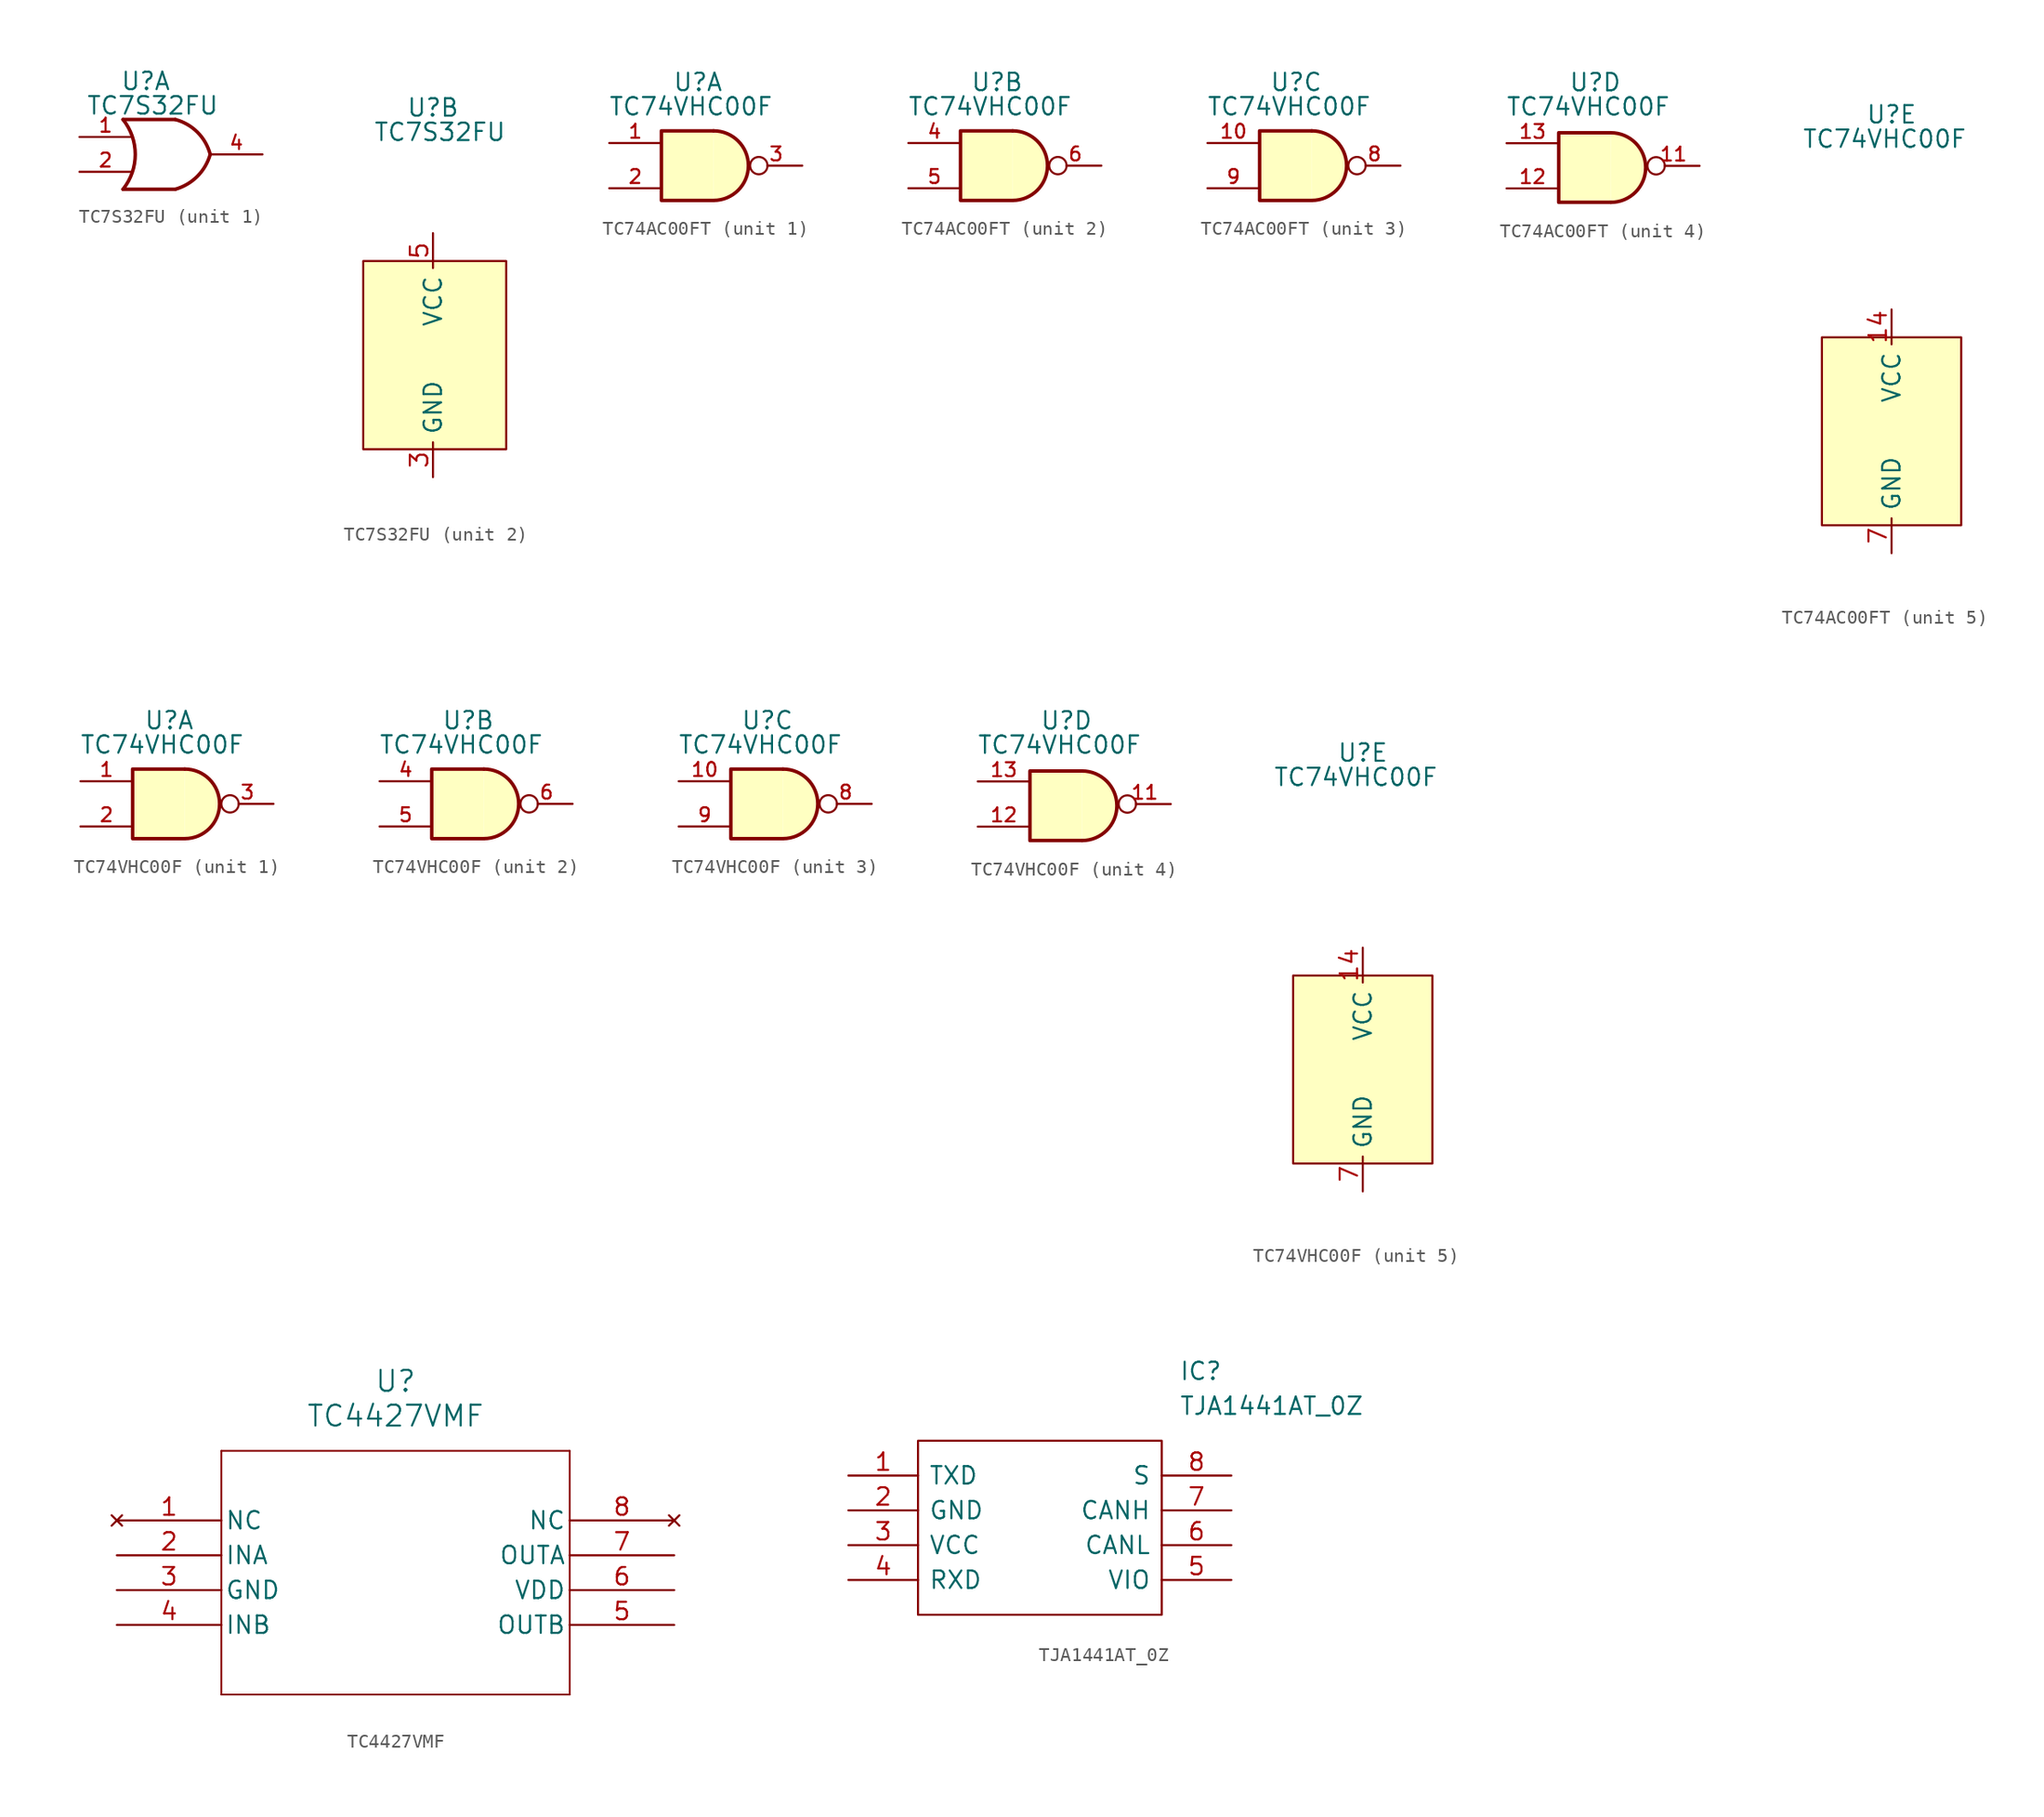
<source format=kicad_sym>
(kicad_symbol_lib
  (version 20231120)
  (generator "kicad_symbol_editor")
  (generator_version "8.0")
  (symbol "TC7S32FU"
    (property "Reference" "U"
      (at 0 1.778 0)
      (effects (font (size 1.27 1.27))))
    (property "Value" "TC7S32FU"
      (at 0.508 0 0)
      (effects (font (size 1.27 1.27))))
    (property "ki_locked" ""
      (at 0 0 0)
      (effects (font (size 1.27 1.27))))
    (symbol "TC7S32FU_1_1"
      (arc (start -1.6511 -6.096) (mid -0.7601 -3.556) (end -1.6511 -1.016) (stroke (width 0.254) (type default)) (fill (type none)))
      (polyline (pts (xy 2.159 -6.096) (xy -1.651 -6.096)) (stroke (width 0.254) (type default)) (fill (type background)))
      (polyline (pts (xy 2.159 -1.016) (xy -1.651 -1.016)) (stroke (width 0.254) (type default)) (fill (type background)))
      (arc (start 2.1589 -6.096) (mid 3.7599 -5.157) (end 4.6989 -3.556) (stroke (width 0.254) (type default)) (fill (type none)))
      (arc (start 4.6989 -3.556) (mid 3.7725 -1.9424) (end 2.1589 -1.016) (stroke (width 0.254) (type default)) (fill (type none)))
      (pin output line (at -4.826 -2.286 0) (length 3.81) (name "~" (effects (font (size 1.016 1.016)))) (number "1" (effects (font (size 1.016 1.016)))))
      (pin output line (at -4.826 -4.826 0) (length 3.81) (name "~" (effects (font (size 1.016 1.016)))) (number "2" (effects (font (size 1.016 1.016)))))
      (pin output line (at 8.509 -3.556 180) (length 3.81) (name "~" (effects (font (size 1.016 1.016)))) (number "4" (effects (font (size 1.016 1.016))))))
    (symbol "TC7S32FU_2_1"
      (rectangle (start -5.08 -9.398) (end 5.334 -23.114) (stroke (width 0) (type default)) (fill (type background)))
      (pin power_in line (at 0 -25.146 90) (length 2.54) (name "GND" (effects (font (size 1.27 1.27)))) (number "3" (effects (font (size 1.27 1.27)))))
      (pin power_in line (at 0 -7.366 270) (length 2.54) (name "VCC" (effects (font (size 1.27 1.27)))) (number "5" (effects (font (size 1.27 1.27)))))))
  (symbol "TC74AC00FT"
    (property "Reference" "U"
      (at 0 6.096 0)
      (effects (font (size 1.27 1.27))))
    (property "Value" "TC74VHC00F"
      (at -0.508 4.318 0)
      (effects (font (size 1.27 1.27))))
    (property "ki_locked" ""
      (at 0 0 0)
      (effects (font (size 1.27 1.27))))
    (symbol "TC74AC00FT_1_1"
      (polyline (pts (xy 1.143 -2.54) (xy -2.667 -2.54) (xy -2.667 2.54) (xy 1.143 2.54)) (stroke (width 0.254) (type default)) (fill (type background)))
      (arc (start 1.143 -2.54) (mid 3.672 0) (end 1.143 2.54) (stroke (width 0.254) (type default)) (fill (type background)))
      (pin input line (at -6.477 1.651 0) (length 3.81) (name "~" (effects (font (size 1.016 1.016)))) (number "1" (effects (font (size 1.016 1.016)))))
      (pin input line (at -6.477 -1.651 0) (length 3.81) (name "~" (effects (font (size 1.016 1.016)))) (number "2" (effects (font (size 1.016 1.016)))))
      (pin output inverted (at 7.62 0 180) (length 3.81) (name "~" (effects (font (size 1.016 1.016)))) (number "3" (effects (font (size 1.016 1.016))))))
    (symbol "TC74AC00FT_2_1"
      (polyline (pts (xy 1.143 -2.54) (xy -2.667 -2.54) (xy -2.667 2.54) (xy 1.143 2.54)) (stroke (width 0.254) (type default)) (fill (type background)))
      (arc (start 1.143 -2.54) (mid 3.672 0) (end 1.143 2.54) (stroke (width 0.254) (type default)) (fill (type background)))
      (pin input line (at -6.477 1.651 0) (length 3.81) (name "~" (effects (font (size 1.016 1.016)))) (number "4" (effects (font (size 1.016 1.016)))))
      (pin input line (at -6.477 -1.651 0) (length 3.81) (name "~" (effects (font (size 1.016 1.016)))) (number "5" (effects (font (size 1.016 1.016)))))
      (pin output inverted (at 7.62 0 180) (length 3.81) (name "~" (effects (font (size 1.016 1.016)))) (number "6" (effects (font (size 1.016 1.016))))))
    (symbol "TC74AC00FT_3_1"
      (polyline (pts (xy 1.143 -2.54) (xy -2.667 -2.54) (xy -2.667 2.54) (xy 1.143 2.54)) (stroke (width 0.254) (type default)) (fill (type background)))
      (arc (start 1.143 -2.54) (mid 3.672 0) (end 1.143 2.54) (stroke (width 0.254) (type default)) (fill (type background)))
      (pin input line (at -6.477 1.651 0) (length 3.81) (name "~" (effects (font (size 1.016 1.016)))) (number "10" (effects (font (size 1.016 1.016)))))
      (pin output inverted (at 7.62 0 180) (length 3.81) (name "~" (effects (font (size 1.016 1.016)))) (number "8" (effects (font (size 1.016 1.016)))))
      (pin input line (at -6.477 -1.651 0) (length 3.81) (name "~" (effects (font (size 1.016 1.016)))) (number "9" (effects (font (size 1.016 1.016))))))
    (symbol "TC74AC00FT_4_1"
      (polyline (pts (xy 1.143 -2.667) (xy -2.667 -2.667) (xy -2.667 2.413) (xy 1.143 2.413)) (stroke (width 0.254) (type default)) (fill (type background)))
      (arc (start 1.143 -2.667) (mid 3.672 -0.127) (end 1.143 2.413) (stroke (width 0.254) (type default)) (fill (type background)))
      (pin output inverted (at 7.62 0 180) (length 3.81) (name "~" (effects (font (size 1.016 1.016)))) (number "11" (effects (font (size 1.016 1.016)))))
      (pin input line (at -6.477 -1.651 0) (length 3.81) (name "~" (effects (font (size 1.016 1.016)))) (number "12" (effects (font (size 1.016 1.016)))))
      (pin input line (at -6.477 1.651 0) (length 3.81) (name "~" (effects (font (size 1.016 1.016)))) (number "13" (effects (font (size 1.016 1.016))))))
    (symbol "TC74AC00FT_5_1"
      (rectangle (start -5.08 -10.16) (end 5.08 -23.876) (stroke (width 0) (type default)) (fill (type background)))
      (pin power_in line (at 0 -8.128 270) (length 2.54) (name "VCC" (effects (font (size 1.27 1.27)))) (number "14" (effects (font (size 1.27 1.27)))))
      (pin power_in line (at 0 -25.908 90) (length 2.54) (name "GND" (effects (font (size 1.27 1.27)))) (number "7" (effects (font (size 1.27 1.27)))))))
  (symbol "TC74VHC00F"
    (property "Reference" "U"
      (at 0 6.096 0)
      (effects (font (size 1.27 1.27))))
    (property "Value" "TC74VHC00F"
      (at -0.508 4.318 0)
      (effects (font (size 1.27 1.27))))
    (property "ki_locked" ""
      (at 0 0 0)
      (effects (font (size 1.27 1.27))))
    (symbol "TC74VHC00F_1_1"
      (polyline (pts (xy 1.143 -2.54) (xy -2.667 -2.54) (xy -2.667 2.54) (xy 1.143 2.54)) (stroke (width 0.254) (type default)) (fill (type background)))
      (arc (start 1.143 -2.54) (mid 3.672 0) (end 1.143 2.54) (stroke (width 0.254) (type default)) (fill (type background)))
      (pin input line (at -6.477 1.651 0) (length 3.81) (name "~" (effects (font (size 1.016 1.016)))) (number "1" (effects (font (size 1.016 1.016)))))
      (pin input line (at -6.477 -1.651 0) (length 3.81) (name "~" (effects (font (size 1.016 1.016)))) (number "2" (effects (font (size 1.016 1.016)))))
      (pin output inverted (at 7.62 0 180) (length 3.81) (name "~" (effects (font (size 1.016 1.016)))) (number "3" (effects (font (size 1.016 1.016))))))
    (symbol "TC74VHC00F_2_1"
      (polyline (pts (xy 1.143 -2.54) (xy -2.667 -2.54) (xy -2.667 2.54) (xy 1.143 2.54)) (stroke (width 0.254) (type default)) (fill (type background)))
      (arc (start 1.143 -2.54) (mid 3.672 0) (end 1.143 2.54) (stroke (width 0.254) (type default)) (fill (type background)))
      (pin input line (at -6.477 1.651 0) (length 3.81) (name "~" (effects (font (size 1.016 1.016)))) (number "4" (effects (font (size 1.016 1.016)))))
      (pin input line (at -6.477 -1.651 0) (length 3.81) (name "~" (effects (font (size 1.016 1.016)))) (number "5" (effects (font (size 1.016 1.016)))))
      (pin output inverted (at 7.62 0 180) (length 3.81) (name "~" (effects (font (size 1.016 1.016)))) (number "6" (effects (font (size 1.016 1.016))))))
    (symbol "TC74VHC00F_3_1"
      (polyline (pts (xy 1.143 -2.54) (xy -2.667 -2.54) (xy -2.667 2.54) (xy 1.143 2.54)) (stroke (width 0.254) (type default)) (fill (type background)))
      (arc (start 1.143 -2.54) (mid 3.672 0) (end 1.143 2.54) (stroke (width 0.254) (type default)) (fill (type background)))
      (pin input line (at -6.477 1.651 0) (length 3.81) (name "~" (effects (font (size 1.016 1.016)))) (number "10" (effects (font (size 1.016 1.016)))))
      (pin output inverted (at 7.62 0 180) (length 3.81) (name "~" (effects (font (size 1.016 1.016)))) (number "8" (effects (font (size 1.016 1.016)))))
      (pin input line (at -6.477 -1.651 0) (length 3.81) (name "~" (effects (font (size 1.016 1.016)))) (number "9" (effects (font (size 1.016 1.016))))))
    (symbol "TC74VHC00F_4_1"
      (polyline (pts (xy 1.143 -2.667) (xy -2.667 -2.667) (xy -2.667 2.413) (xy 1.143 2.413)) (stroke (width 0.254) (type default)) (fill (type background)))
      (arc (start 1.143 -2.667) (mid 3.672 -0.127) (end 1.143 2.413) (stroke (width 0.254) (type default)) (fill (type background)))
      (pin output inverted (at 7.62 0 180) (length 3.81) (name "~" (effects (font (size 1.016 1.016)))) (number "11" (effects (font (size 1.016 1.016)))))
      (pin input line (at -6.477 -1.651 0) (length 3.81) (name "~" (effects (font (size 1.016 1.016)))) (number "12" (effects (font (size 1.016 1.016)))))
      (pin input line (at -6.477 1.651 0) (length 3.81) (name "~" (effects (font (size 1.016 1.016)))) (number "13" (effects (font (size 1.016 1.016))))))
    (symbol "TC74VHC00F_5_1"
      (rectangle (start -5.08 -10.16) (end 5.08 -23.876) (stroke (width 0) (type default)) (fill (type background)))
      (pin power_in line (at 0 -8.128 270) (length 2.54) (name "VCC" (effects (font (size 1.27 1.27)))) (number "14" (effects (font (size 1.27 1.27)))))
      (pin power_in line (at 0 -25.908 90) (length 2.54) (name "GND" (effects (font (size 1.27 1.27)))) (number "7" (effects (font (size 1.27 1.27)))))))
  (symbol "TC4427VMF"
    (pin_names
      (offset 0.254))
    (property "Reference" "U"
      (at 20.32 10.16 0)
      (effects (font (size 1.524 1.524))))
    (property "Value" "TC4427VMF"
      (at 20.32 7.62 0)
      (effects (font (size 1.524 1.524))))
    (property "ki_locked" ""
      (at 0 0 0)
      (effects (font (size 1.27 1.27))))
    (symbol "TC4427VMF_0_1"
      (polyline (pts (xy 7.62 -12.7) (xy 33.02 -12.7)) (stroke (width 0.127) (type default)) (fill (type none)))
      (polyline (pts (xy 7.62 5.08) (xy 7.62 -12.7)) (stroke (width 0.127) (type default)) (fill (type none)))
      (polyline (pts (xy 33.02 -12.7) (xy 33.02 5.08)) (stroke (width 0.127) (type default)) (fill (type none)))
      (polyline (pts (xy 33.02 5.08) (xy 7.62 5.08)) (stroke (width 0.127) (type default)) (fill (type none)))
      (pin no_connect line (at 0 0 0) (length 7.62) (name "NC" (effects (font (size 1.27 1.27)))) (number "1" (effects (font (size 1.27 1.27)))))
      (pin input line (at 0 -2.54 0) (length 7.62) (name "INA" (effects (font (size 1.27 1.27)))) (number "2" (effects (font (size 1.27 1.27)))))
      (pin power_in line (at 0 -5.08 0) (length 7.62) (name "GND" (effects (font (size 1.27 1.27)))) (number "3" (effects (font (size 1.27 1.27)))))
      (pin input line (at 0 -7.62 0) (length 7.62) (name "INB" (effects (font (size 1.27 1.27)))) (number "4" (effects (font (size 1.27 1.27)))))
      (pin output line (at 40.64 -7.62 180) (length 7.62) (name "OUTB" (effects (font (size 1.27 1.27)))) (number "5" (effects (font (size 1.27 1.27)))))
      (pin power_in line (at 40.64 -5.08 180) (length 7.62) (name "VDD" (effects (font (size 1.27 1.27)))) (number "6" (effects (font (size 1.27 1.27)))))
      (pin output line (at 40.64 -2.54 180) (length 7.62) (name "OUTA" (effects (font (size 1.27 1.27)))) (number "7" (effects (font (size 1.27 1.27)))))
      (pin no_connect line (at 40.64 0 180) (length 7.62) (name "NC" (effects (font (size 1.27 1.27)))) (number "8" (effects (font (size 1.27 1.27)))))))
  (symbol "TJA1441AT_0Z"
    (pin_names
      (offset 0.762))
    (property "Reference" "IC"
      (at 24.13 7.62 0)
      (effects (font (size 1.27 1.27)) (justify left)))
    (property "Value" "TJA1441AT_0Z"
      (at 24.13 5.08 0)
      (effects (font (size 1.27 1.27)) (justify left)))
    (symbol "TJA1441AT_0Z_0_0"
      (pin passive line (at 0 0 0) (length 5.08) (name "TXD" (effects (font (size 1.27 1.27)))) (number "1" (effects (font (size 1.27 1.27)))))
      (pin passive line (at 0 -2.54 0) (length 5.08) (name "GND" (effects (font (size 1.27 1.27)))) (number "2" (effects (font (size 1.27 1.27)))))
      (pin passive line (at 0 -7.62 0) (length 5.08) (name "RXD" (effects (font (size 1.27 1.27)))) (number "4" (effects (font (size 1.27 1.27)))))
      (pin passive line (at 27.94 -5.08 180) (length 5.08) (name "CANL" (effects (font (size 1.27 1.27)))) (number "6" (effects (font (size 1.27 1.27)))))
      (pin passive line (at 27.94 -2.54 180) (length 5.08) (name "CANH" (effects (font (size 1.27 1.27)))) (number "7" (effects (font (size 1.27 1.27)))))
      (pin passive line (at 27.94 0 180) (length 5.08) (name "S" (effects (font (size 1.27 1.27)))) (number "8" (effects (font (size 1.27 1.27))))))
    (symbol "TJA1441AT_0Z_0_1"
      (polyline (pts (xy 5.08 2.54) (xy 22.86 2.54) (xy 22.86 -10.16) (xy 5.08 -10.16) (xy 5.08 2.54)) (stroke (width 0.152) (type default)) (fill (type none))))
    (symbol "TJA1441AT_0Z_1_0"
      (pin power_in line (at 0 -5.08 0) (length 5.08) (name "VCC" (effects (font (size 1.27 1.27)))) (number "3" (effects (font (size 1.27 1.27)))))
      (pin power_in line (at 27.94 -7.62 180) (length 5.08) (name "VIO" (effects (font (size 1.27 1.27)))) (number "5" (effects (font (size 1.27 1.27))))))))
</source>
